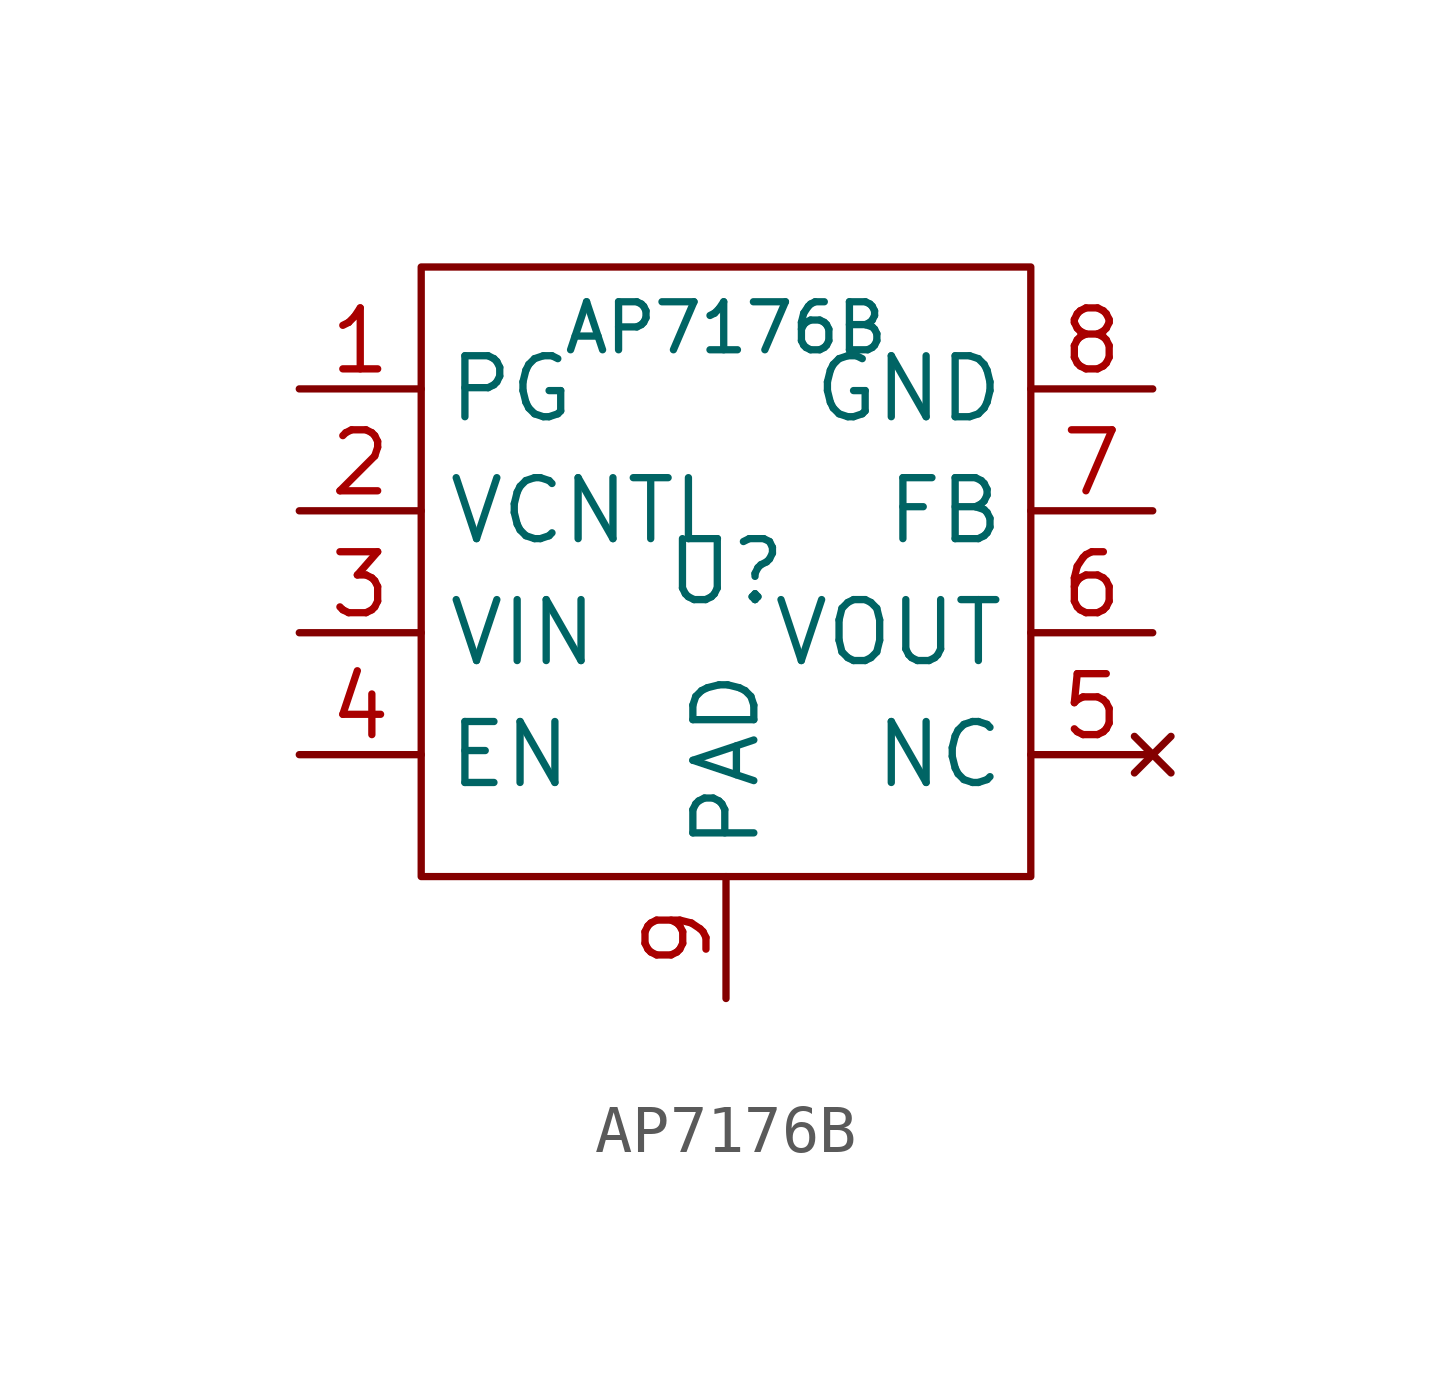
<source format=kicad_sym>
(kicad_symbol_lib
  (version 20220914)
  (generator kicad_symbol_editor)
  (symbol "AP7176B"
    (property "Reference" "U"
      (at 2.54 0 0)
      (effects (font (size 1.27 1.27))))
    (property "Value" "AP7176B"
      (at 2.54 5.08 0)
      (effects (font (size 1 1))))
    (symbol "AP7176B_1_1"
      (rectangle (start -3.81 6.35) (end 8.89 -6.35) (stroke (width 0) (type default)) (fill (type none)))
      (pin output line (at -6.35 3.81 0) (length 2.54) (name "PG" (effects (font (size 1.27 1.27)))) (number "1" (effects (font (size 1.27 1.27)))))
      (pin power_in line (at -6.35 1.27 0) (length 2.54) (name "VCNTL" (effects (font (size 1.27 1.27)))) (number "2" (effects (font (size 1.27 1.27)))))
      (pin power_in line (at -6.35 -1.27 0) (length 2.54) (name "VIN" (effects (font (size 1.27 1.27)))) (number "3" (effects (font (size 1.27 1.27)))))
      (pin input line (at -6.35 -3.81 0) (length 2.54) (name "EN" (effects (font (size 1.27 1.27)))) (number "4" (effects (font (size 1.27 1.27)))))
      (pin no_connect line (at 11.43 -3.81 180) (length 2.54) (name "NC" (effects (font (size 1.27 1.27)))) (number "5" (effects (font (size 1.27 1.27)))))
      (pin power_out line (at 11.43 -1.27 180) (length 2.54) (name "VOUT" (effects (font (size 1.27 1.27)))) (number "6" (effects (font (size 1.27 1.27)))))
      (pin input line (at 11.43 1.27 180) (length 2.54) (name "FB" (effects (font (size 1.27 1.27)))) (number "7" (effects (font (size 1.27 1.27)))))
      (pin power_in line (at 11.43 3.81 180) (length 2.54) (name "GND" (effects (font (size 1.27 1.27)))) (number "8" (effects (font (size 1.27 1.27)))))
      (pin power_in line (at 2.54 -8.89 90) (length 2.54) (name "PAD" (effects (font (size 1.27 1.27)))) (number "9" (effects (font (size 1.27 1.27))))))))
</source>
